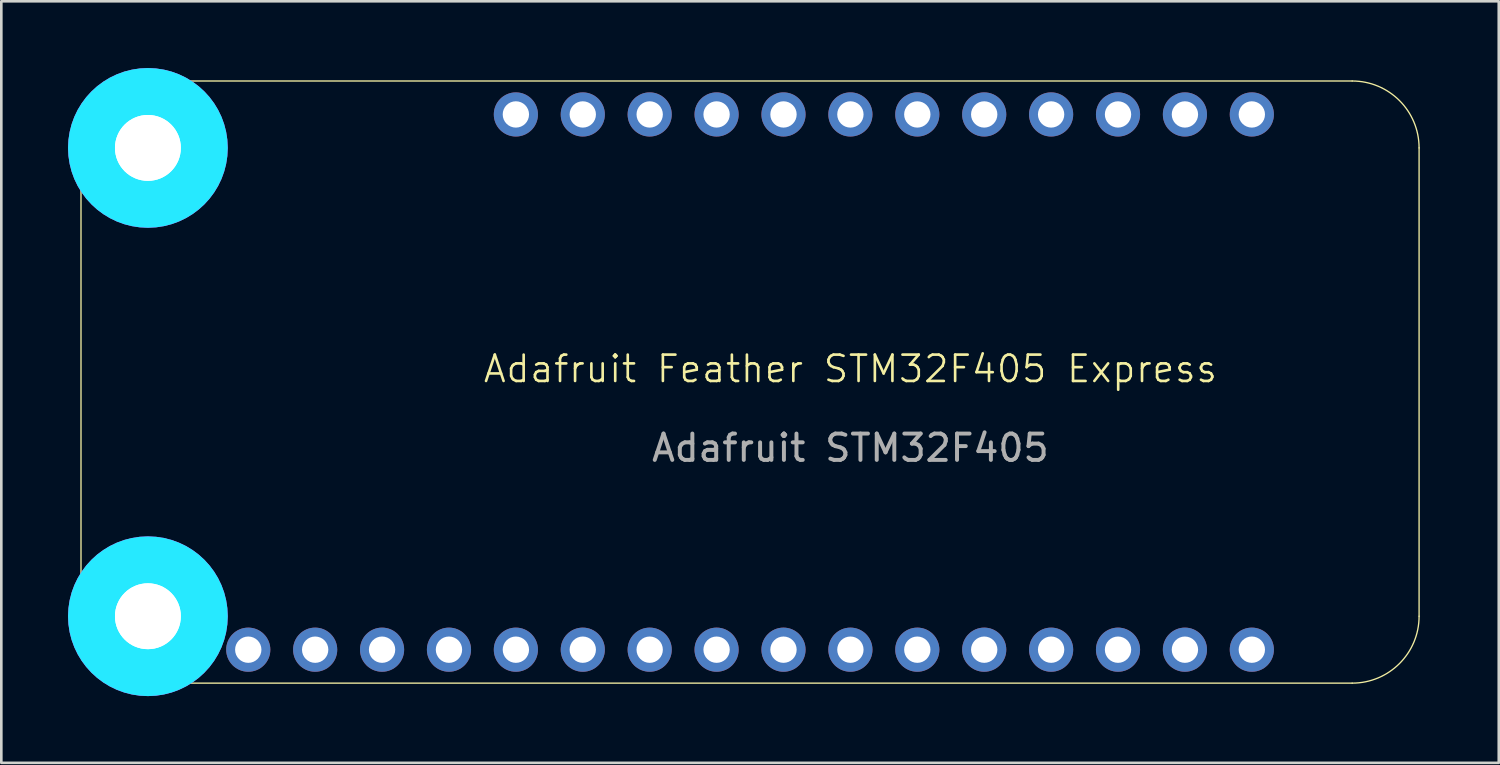
<source format=kicad_pcb>
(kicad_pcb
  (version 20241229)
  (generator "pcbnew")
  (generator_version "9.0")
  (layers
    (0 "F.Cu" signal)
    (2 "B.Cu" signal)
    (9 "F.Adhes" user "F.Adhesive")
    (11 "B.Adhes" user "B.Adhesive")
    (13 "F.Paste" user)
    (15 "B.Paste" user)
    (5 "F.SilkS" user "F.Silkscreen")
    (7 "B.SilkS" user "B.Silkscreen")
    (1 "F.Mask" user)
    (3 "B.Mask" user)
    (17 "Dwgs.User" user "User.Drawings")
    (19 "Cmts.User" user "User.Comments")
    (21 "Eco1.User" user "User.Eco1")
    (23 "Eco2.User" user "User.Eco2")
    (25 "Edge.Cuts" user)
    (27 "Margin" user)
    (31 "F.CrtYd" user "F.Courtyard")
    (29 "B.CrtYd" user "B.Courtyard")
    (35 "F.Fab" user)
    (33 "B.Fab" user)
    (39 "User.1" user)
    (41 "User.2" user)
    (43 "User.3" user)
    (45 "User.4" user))
  (footprint "Adafruit Feather STM32F405 Express"
    (layer "F.Cu")
    (at 29.235 11.455)
    (property "Reference" "Adafruit Feather STM32F405 Express" (at 0 -0.5 0) (unlocked yes) (layer "F.SilkS") (effects (font (size 1 1) (thickness 0.1))))
    (attr smd)
    (fp_line (start -29.21 -8.89) (end -29.21 8.89) (stroke (width 0.05) (type solid)) (layer "F.SilkS"))
    (fp_line (start -26.67 11.43) (end 19.05 11.43) (stroke (width 0.05) (type solid)) (layer "F.SilkS"))
    (fp_line (start 19.05 -11.43) (end -26.67 -11.43) (stroke (width 0.05) (type solid)) (layer "F.SilkS"))
    (fp_line (start 21.59 8.89) (end 21.59 -8.89) (stroke (width 0.05) (type solid)) (layer "F.SilkS"))
    (fp_arc (start -29.21 -8.89) (mid -28.466051 -10.686051) (end -26.67 -11.43) (stroke (width 0.05) (type solid)) (layer "F.SilkS"))
    (fp_arc (start -26.67 11.43) (mid -28.466051 10.686051) (end -29.21 8.89) (stroke (width 0.05) (type solid)) (layer "F.SilkS"))
    (fp_arc (start 19.05 -11.43) (mid 20.846051 -10.686051) (end 21.59 -8.89) (stroke (width 0.05) (type solid)) (layer "F.SilkS"))
    (fp_arc (start 21.589999 8.89) (mid 20.84605 10.68605) (end 19.05 11.429999) (stroke (width 0.05) (type solid)) (layer "F.SilkS"))
    (fp_circle (center -26.67 -8.89) (end -26.67 -6.89) (stroke (width 0.203) (type solid)) (fill no) (layer "F.SilkS"))
    (fp_circle (center -26.67 8.89) (end -26.67 10.89) (stroke (width 0.203) (type solid)) (fill no) (layer "F.SilkS"))
    (fp_circle (center -26.67 -8.89) (end -26.67 -7.89) (stroke (width 2.032) (type solid)) (fill no) (layer "B.CrtYd"))
    (fp_circle (center -26.67 8.89) (end -26.67 9.89) (stroke (width 2.032) (type solid)) (fill no) (layer "B.CrtYd"))
    (fp_circle (center -26.67 -8.89) (end -26.67 -7.89) (stroke (width 2.032) (type solid)) (fill no) (layer "F.CrtYd"))
    (fp_circle (center -26.67 8.89) (end -26.67 9.89) (stroke (width 2.032) (type solid)) (fill no) (layer "F.CrtYd"))
    (fp_text user "Adafruit STM32F405" (at 0 2.5 0) (unlocked yes) (layer "F.Fab") (effects (font (size 1 1) (thickness 0.15))))
    (pad "1" thru_hole circle (at 15.24 10.16 270) (size 1.676 1.676) (drill 1) (layers "*.Cu" "*.Mask"))
    (pad "2" thru_hole circle (at 12.7 10.16 270) (size 1.676 1.676) (drill 1) (layers "*.Cu" "*.Mask"))
    (pad "3" thru_hole circle (at 10.16 10.16 270) (size 1.676 1.676) (drill 1) (layers "*.Cu" "*.Mask"))
    (pad "4" thru_hole circle (at 7.62 10.16 270) (size 1.676 1.676) (drill 1) (layers "*.Cu" "*.Mask"))
    (pad "5" thru_hole circle (at 5.08 10.16 270) (size 1.676 1.676) (drill 1) (layers "*.Cu" "*.Mask"))
    (pad "6" thru_hole circle (at 2.54 10.16 270) (size 1.676 1.676) (drill 1) (layers "*.Cu" "*.Mask"))
    (pad "7" thru_hole circle (at 0 10.16 270) (size 1.676 1.676) (drill 1) (layers "*.Cu" "*.Mask"))
    (pad "8" thru_hole circle (at -2.54 10.16 270) (size 1.676 1.676) (drill 1) (layers "*.Cu" "*.Mask"))
    (pad "9" thru_hole circle (at -5.08 10.16 270) (size 1.676 1.676) (drill 1) (layers "*.Cu" "*.Mask"))
    (pad "10" thru_hole circle (at -7.62 10.16 270) (size 1.676 1.676) (drill 1) (layers "*.Cu" "*.Mask"))
    (pad "11" thru_hole circle (at -10.16 10.16 270) (size 1.676 1.676) (drill 1) (layers "*.Cu" "*.Mask"))
    (pad "12" thru_hole circle (at -12.7 10.16 270) (size 1.676 1.676) (drill 1) (layers "*.Cu" "*.Mask"))
    (pad "13" thru_hole circle (at -15.24 10.16 270) (size 1.676 1.676) (drill 1) (layers "*.Cu" "*.Mask"))
    (pad "14" thru_hole circle (at -17.78 10.16 270) (size 1.676 1.676) (drill 1) (layers "*.Cu" "*.Mask"))
    (pad "15" thru_hole circle (at -20.32 10.16 270) (size 1.676 1.676) (drill 1) (layers "*.Cu" "*.Mask"))
    (pad "16" thru_hole circle (at -22.86 10.16 270) (size 1.676 1.676) (drill 1) (layers "*.Cu" "*.Mask"))
    (pad "17" thru_hole circle (at -12.7 -10.16 90) (size 1.676 1.676) (drill 1) (layers "*.Cu" "*.Mask"))
    (pad "18" thru_hole circle (at -10.16 -10.16 90) (size 1.676 1.676) (drill 1) (layers "*.Cu" "*.Mask"))
    (pad "19" thru_hole circle (at -7.62 -10.16 90) (size 1.676 1.676) (drill 1) (layers "*.Cu" "*.Mask"))
    (pad "20" thru_hole circle (at -5.08 -10.16 90) (size 1.676 1.676) (drill 1) (layers "*.Cu" "*.Mask"))
    (pad "21" thru_hole circle (at -2.54 -10.16 90) (size 1.676 1.676) (drill 1) (layers "*.Cu" "*.Mask"))
    (pad "22" thru_hole circle (at 0 -10.16 90) (size 1.676 1.676) (drill 1) (layers "*.Cu" "*.Mask"))
    (pad "23" thru_hole circle (at 2.54 -10.16 90) (size 1.676 1.676) (drill 1) (layers "*.Cu" "*.Mask"))
    (pad "24" thru_hole circle (at 5.08 -10.16 90) (size 1.676 1.676) (drill 1) (layers "*.Cu" "*.Mask"))
    (pad "25" thru_hole circle (at 7.62 -10.16 90) (size 1.676 1.676) (drill 1) (layers "*.Cu" "*.Mask"))
    (pad "26" thru_hole circle (at 10.16 -10.16 90) (size 1.676 1.676) (drill 1) (layers "*.Cu" "*.Mask"))
    (pad "27" thru_hole circle (at 12.7 -10.16 90) (size 1.676 1.676) (drill 1) (layers "*.Cu" "*.Mask"))
    (pad "28" thru_hole circle (at 15.24 -10.16 90) (size 1.676 1.676) (drill 1) (layers "*.Cu" "*.Mask"))
    (pad "P$1" thru_hole circle (at -26.67 -8.89 270) (size 3.2 3.2) (drill 2.5) (layers "*.Cu" "*.Mask"))
    (pad "P$1" thru_hole circle (at -26.67 -8.89 270) (size 3.2 3.2) (drill 2.5) (layers "*.Cu" "*.Mask"))
    (pad "P$1" thru_hole circle (at -26.67 8.89 270) (size 3.2 3.2) (drill 2.5) (layers "*.Cu" "*.Mask"))
    (pad "P$1" thru_hole circle (at -26.67 8.89 270) (size 3.2 3.2) (drill 2.5) (layers "*.Cu" "*.Mask"))
    (zone (net_name "") (layer "F.Cu") (hatch edge 0.5) (connect_pads) (min_thickness 0.25) (filled_areas_thickness no) (keepout (tracks not_allowed) (vias not_allowed) (pads not_allowed) (copperpour not_allowed) (footprints allowed)) (placement (enabled no)) (fill) (polygon (pts (xy 2.565 4.581) (xy 2.846 4.561) (xy 3.121 4.503) (xy 3.385 4.407) (xy 3.633 4.275) (xy 3.861 4.109) (xy 4.063 3.914) (xy 4.236 3.692) (xy 4.377 3.449) (xy 4.482 3.188) (xy 4.55 2.915) (xy 4.58 2.635) (xy 4.57 2.354) (xy 4.521 2.077) (xy 4.434 1.81) (xy 4.311 1.557) (xy 4.154 1.324) (xy 3.965 1.115) (xy 3.75 0.934) (xy 3.511 0.785) (xy 3.255 0.671) (xy 2.984 0.593) (xy 2.706 0.554) (xy 2.424 0.554) (xy 2.146 0.593) (xy 1.875 0.671) (xy 1.619 0.785) (xy 1.38 0.934) (xy 1.165 1.115) (xy 0.976 1.324) (xy 0.819 1.557) (xy 0.696 1.81) (xy 0.609 2.077) (xy 0.56 2.354) (xy 0.55 2.635) (xy 0.58 2.915) (xy 0.648 3.188) (xy 0.753 3.449) (xy 0.894 3.692) (xy 1.067 3.914) (xy 1.269 4.109) (xy 1.497 4.275) (xy 1.745 4.407) (xy 2.009 4.503) (xy 2.284 4.561))) (polygon (pts (xy 2.565 2.549) (xy 2.554 2.554) (xy 2.549 2.565) (xy 2.554 2.576) (xy 2.565 2.581) (xy 2.576 2.576) (xy 2.581 2.565) (xy 2.576 2.554))))
    (zone (net_name "") (layer "F.Cu") (hatch edge 0.5) (connect_pads) (min_thickness 0.25) (filled_areas_thickness no) (keepout (tracks not_allowed) (vias not_allowed) (pads not_allowed) (copperpour not_allowed) (footprints allowed)) (placement (enabled no)) (fill) (polygon (pts (xy 2.565 22.361) (xy 2.846 22.341) (xy 3.121 22.283) (xy 3.385 22.187) (xy 3.633 22.055) (xy 3.861 21.889) (xy 4.063 21.694) (xy 4.236 21.472) (xy 4.377 21.229) (xy 4.482 20.968) (xy 4.55 20.695) (xy 4.58 20.415) (xy 4.57 20.134) (xy 4.521 19.857) (xy 4.434 19.59) (xy 4.311 19.337) (xy 4.154 19.104) (xy 3.965 18.895) (xy 3.75 18.714) (xy 3.511 18.565) (xy 3.255 18.451) (xy 2.984 18.373) (xy 2.706 18.334) (xy 2.424 18.334) (xy 2.146 18.373) (xy 1.875 18.451) (xy 1.619 18.565) (xy 1.38 18.714) (xy 1.165 18.895) (xy 0.976 19.104) (xy 0.819 19.337) (xy 0.696 19.59) (xy 0.609 19.857) (xy 0.56 20.134) (xy 0.55 20.415) (xy 0.58 20.695) (xy 0.648 20.968) (xy 0.753 21.229) (xy 0.894 21.472) (xy 1.067 21.694) (xy 1.269 21.889) (xy 1.497 22.055) (xy 1.745 22.187) (xy 2.009 22.283) (xy 2.284 22.341))) (polygon (pts (xy 2.565 20.329) (xy 2.554 20.334) (xy 2.549 20.345) (xy 2.554 20.356) (xy 2.565 20.361) (xy 2.576 20.356) (xy 2.581 20.345) (xy 2.576 20.334))))
    (zone (net_name "") (layer "B.Cu") (hatch edge 0.5) (connect_pads) (min_thickness 0.25) (filled_areas_thickness no) (keepout (tracks not_allowed) (vias not_allowed) (pads not_allowed) (copperpour not_allowed) (footprints allowed)) (placement (enabled no)) (fill) (polygon (pts (xy 2.565 4.581) (xy 2.846 4.561) (xy 3.121 4.503) (xy 3.385 4.407) (xy 3.633 4.275) (xy 3.861 4.109) (xy 4.063 3.914) (xy 4.236 3.692) (xy 4.377 3.449) (xy 4.482 3.188) (xy 4.55 2.915) (xy 4.58 2.635) (xy 4.57 2.354) (xy 4.521 2.077) (xy 4.434 1.81) (xy 4.311 1.557) (xy 4.154 1.324) (xy 3.965 1.115) (xy 3.75 0.934) (xy 3.511 0.785) (xy 3.255 0.671) (xy 2.984 0.593) (xy 2.706 0.554) (xy 2.424 0.554) (xy 2.146 0.593) (xy 1.875 0.671) (xy 1.619 0.785) (xy 1.38 0.934) (xy 1.165 1.115) (xy 0.976 1.324) (xy 0.819 1.557) (xy 0.696 1.81) (xy 0.609 2.077) (xy 0.56 2.354) (xy 0.55 2.635) (xy 0.58 2.915) (xy 0.648 3.188) (xy 0.753 3.449) (xy 0.894 3.692) (xy 1.067 3.914) (xy 1.269 4.109) (xy 1.497 4.275) (xy 1.745 4.407) (xy 2.009 4.503) (xy 2.284 4.561))) (polygon (pts (xy 2.565 2.549) (xy 2.554 2.554) (xy 2.549 2.565) (xy 2.554 2.576) (xy 2.565 2.581) (xy 2.576 2.576) (xy 2.581 2.565) (xy 2.576 2.554))))
    (zone (net_name "") (layer "B.Cu") (hatch edge 0.5) (connect_pads) (min_thickness 0.25) (filled_areas_thickness no) (keepout (tracks not_allowed) (vias not_allowed) (pads not_allowed) (copperpour not_allowed) (footprints allowed)) (placement (enabled no)) (fill) (polygon (pts (xy 2.565 22.361) (xy 2.846 22.341) (xy 3.121 22.283) (xy 3.385 22.187) (xy 3.633 22.055) (xy 3.861 21.889) (xy 4.063 21.694) (xy 4.236 21.472) (xy 4.377 21.229) (xy 4.482 20.968) (xy 4.55 20.695) (xy 4.58 20.415) (xy 4.57 20.134) (xy 4.521 19.857) (xy 4.434 19.59) (xy 4.311 19.337) (xy 4.154 19.104) (xy 3.965 18.895) (xy 3.75 18.714) (xy 3.511 18.565) (xy 3.255 18.451) (xy 2.984 18.373) (xy 2.706 18.334) (xy 2.424 18.334) (xy 2.146 18.373) (xy 1.875 18.451) (xy 1.619 18.565) (xy 1.38 18.714) (xy 1.165 18.895) (xy 0.976 19.104) (xy 0.819 19.337) (xy 0.696 19.59) (xy 0.609 19.857) (xy 0.56 20.134) (xy 0.55 20.415) (xy 0.58 20.695) (xy 0.648 20.968) (xy 0.753 21.229) (xy 0.894 21.472) (xy 1.067 21.694) (xy 1.269 21.889) (xy 1.497 22.055) (xy 1.745 22.187) (xy 2.009 22.283) (xy 2.284 22.341))) (polygon (pts (xy 2.565 20.329) (xy 2.554 20.334) (xy 2.549 20.345) (xy 2.554 20.356) (xy 2.565 20.361) (xy 2.576 20.356) (xy 2.581 20.345) (xy 2.576 20.334)))))
  (gr_rect
    (start -3 -3)
    (end 53.85 25.91)
    (stroke (width 0.1) (type default))
    (fill no)
    (layer "Edge.Cuts")))
</source>
